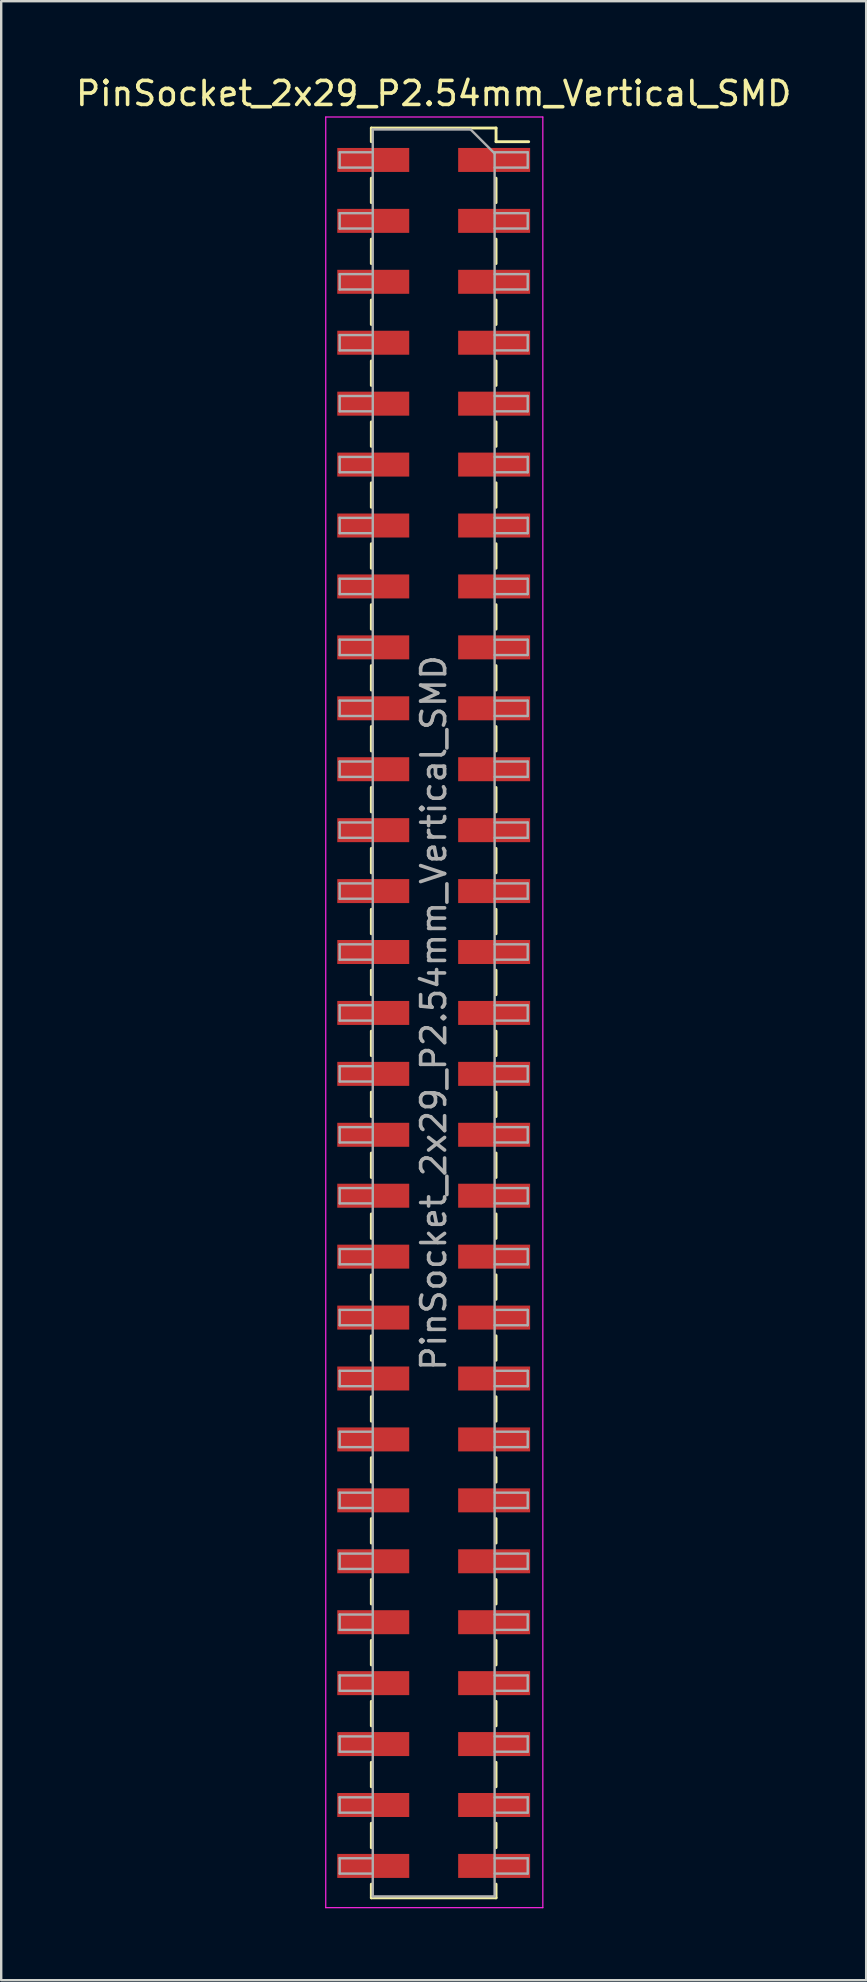
<source format=kicad_pcb>
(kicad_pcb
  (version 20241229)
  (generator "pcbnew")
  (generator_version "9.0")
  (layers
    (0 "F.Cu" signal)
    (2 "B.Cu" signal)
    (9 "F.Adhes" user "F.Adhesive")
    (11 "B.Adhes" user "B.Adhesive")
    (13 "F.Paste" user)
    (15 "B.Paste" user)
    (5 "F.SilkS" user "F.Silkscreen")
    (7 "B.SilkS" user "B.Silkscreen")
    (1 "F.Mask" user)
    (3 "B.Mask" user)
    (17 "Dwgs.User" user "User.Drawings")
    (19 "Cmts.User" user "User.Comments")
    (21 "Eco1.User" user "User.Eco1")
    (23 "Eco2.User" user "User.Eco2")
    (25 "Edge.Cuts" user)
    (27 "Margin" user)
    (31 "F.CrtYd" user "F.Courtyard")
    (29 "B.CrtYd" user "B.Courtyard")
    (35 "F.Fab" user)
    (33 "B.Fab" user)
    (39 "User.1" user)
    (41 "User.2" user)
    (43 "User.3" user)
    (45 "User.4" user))
  (footprint "PinSocket_2x29_P2.54mm_Vertical_SMD"
    (layer "F.Cu")
    (at 15.03 39.178)
    (property "Reference" "PinSocket_2x29_P2.54mm_Vertical_SMD" (at 0 -38.33 0) (layer "F.SilkS") (effects (font (size 1 1) (thickness 0.15))))
    (attr smd)
    (fp_line (start -2.6 -36.89) (end -2.6 -36.32) (stroke (width 0.12) (type solid)) (layer "F.SilkS"))
    (fp_line (start -2.6 -36.89) (end 2.6 -36.89) (stroke (width 0.12) (type solid)) (layer "F.SilkS"))
    (fp_line (start -2.6 -34.8) (end -2.6 -33.78) (stroke (width 0.12) (type solid)) (layer "F.SilkS"))
    (fp_line (start -2.6 -32.26) (end -2.6 -31.24) (stroke (width 0.12) (type solid)) (layer "F.SilkS"))
    (fp_line (start -2.6 -29.72) (end -2.6 -28.7) (stroke (width 0.12) (type solid)) (layer "F.SilkS"))
    (fp_line (start -2.6 -27.18) (end -2.6 -26.16) (stroke (width 0.12) (type solid)) (layer "F.SilkS"))
    (fp_line (start -2.6 -24.64) (end -2.6 -23.62) (stroke (width 0.12) (type solid)) (layer "F.SilkS"))
    (fp_line (start -2.6 -22.1) (end -2.6 -21.08) (stroke (width 0.12) (type solid)) (layer "F.SilkS"))
    (fp_line (start -2.6 -19.56) (end -2.6 -18.54) (stroke (width 0.12) (type solid)) (layer "F.SilkS"))
    (fp_line (start -2.6 -17.02) (end -2.6 -16) (stroke (width 0.12) (type solid)) (layer "F.SilkS"))
    (fp_line (start -2.6 -14.48) (end -2.6 -13.46) (stroke (width 0.12) (type solid)) (layer "F.SilkS"))
    (fp_line (start -2.6 -11.94) (end -2.6 -10.92) (stroke (width 0.12) (type solid)) (layer "F.SilkS"))
    (fp_line (start -2.6 -9.4) (end -2.6 -8.38) (stroke (width 0.12) (type solid)) (layer "F.SilkS"))
    (fp_line (start -2.6 -6.86) (end -2.6 -5.84) (stroke (width 0.12) (type solid)) (layer "F.SilkS"))
    (fp_line (start -2.6 -4.32) (end -2.6 -3.3) (stroke (width 0.12) (type solid)) (layer "F.SilkS"))
    (fp_line (start -2.6 -1.78) (end -2.6 -0.76) (stroke (width 0.12) (type solid)) (layer "F.SilkS"))
    (fp_line (start -2.6 0.76) (end -2.6 1.78) (stroke (width 0.12) (type solid)) (layer "F.SilkS"))
    (fp_line (start -2.6 3.3) (end -2.6 4.32) (stroke (width 0.12) (type solid)) (layer "F.SilkS"))
    (fp_line (start -2.6 5.84) (end -2.6 6.86) (stroke (width 0.12) (type solid)) (layer "F.SilkS"))
    (fp_line (start -2.6 8.38) (end -2.6 9.4) (stroke (width 0.12) (type solid)) (layer "F.SilkS"))
    (fp_line (start -2.6 10.92) (end -2.6 11.94) (stroke (width 0.12) (type solid)) (layer "F.SilkS"))
    (fp_line (start -2.6 13.46) (end -2.6 14.48) (stroke (width 0.12) (type solid)) (layer "F.SilkS"))
    (fp_line (start -2.6 16) (end -2.6 17.02) (stroke (width 0.12) (type solid)) (layer "F.SilkS"))
    (fp_line (start -2.6 18.54) (end -2.6 19.56) (stroke (width 0.12) (type solid)) (layer "F.SilkS"))
    (fp_line (start -2.6 21.08) (end -2.6 22.1) (stroke (width 0.12) (type solid)) (layer "F.SilkS"))
    (fp_line (start -2.6 23.62) (end -2.6 24.64) (stroke (width 0.12) (type solid)) (layer "F.SilkS"))
    (fp_line (start -2.6 26.16) (end -2.6 27.18) (stroke (width 0.12) (type solid)) (layer "F.SilkS"))
    (fp_line (start -2.6 28.7) (end -2.6 29.72) (stroke (width 0.12) (type solid)) (layer "F.SilkS"))
    (fp_line (start -2.6 31.24) (end -2.6 32.26) (stroke (width 0.12) (type solid)) (layer "F.SilkS"))
    (fp_line (start -2.6 33.78) (end -2.6 34.8) (stroke (width 0.12) (type solid)) (layer "F.SilkS"))
    (fp_line (start -2.6 36.32) (end -2.6 36.89) (stroke (width 0.12) (type solid)) (layer "F.SilkS"))
    (fp_line (start -2.6 36.89) (end 2.6 36.89) (stroke (width 0.12) (type solid)) (layer "F.SilkS"))
    (fp_line (start 2.6 -36.89) (end 2.6 -36.32) (stroke (width 0.12) (type solid)) (layer "F.SilkS"))
    (fp_line (start 2.6 -36.32) (end 3.96 -36.32) (stroke (width 0.12) (type solid)) (layer "F.SilkS"))
    (fp_line (start 2.6 -34.8) (end 2.6 -33.78) (stroke (width 0.12) (type solid)) (layer "F.SilkS"))
    (fp_line (start 2.6 -32.26) (end 2.6 -31.24) (stroke (width 0.12) (type solid)) (layer "F.SilkS"))
    (fp_line (start 2.6 -29.72) (end 2.6 -28.7) (stroke (width 0.12) (type solid)) (layer "F.SilkS"))
    (fp_line (start 2.6 -27.18) (end 2.6 -26.16) (stroke (width 0.12) (type solid)) (layer "F.SilkS"))
    (fp_line (start 2.6 -24.64) (end 2.6 -23.62) (stroke (width 0.12) (type solid)) (layer "F.SilkS"))
    (fp_line (start 2.6 -22.1) (end 2.6 -21.08) (stroke (width 0.12) (type solid)) (layer "F.SilkS"))
    (fp_line (start 2.6 -19.56) (end 2.6 -18.54) (stroke (width 0.12) (type solid)) (layer "F.SilkS"))
    (fp_line (start 2.6 -17.02) (end 2.6 -16) (stroke (width 0.12) (type solid)) (layer "F.SilkS"))
    (fp_line (start 2.6 -14.48) (end 2.6 -13.46) (stroke (width 0.12) (type solid)) (layer "F.SilkS"))
    (fp_line (start 2.6 -11.94) (end 2.6 -10.92) (stroke (width 0.12) (type solid)) (layer "F.SilkS"))
    (fp_line (start 2.6 -9.4) (end 2.6 -8.38) (stroke (width 0.12) (type solid)) (layer "F.SilkS"))
    (fp_line (start 2.6 -6.86) (end 2.6 -5.84) (stroke (width 0.12) (type solid)) (layer "F.SilkS"))
    (fp_line (start 2.6 -4.32) (end 2.6 -3.3) (stroke (width 0.12) (type solid)) (layer "F.SilkS"))
    (fp_line (start 2.6 -1.78) (end 2.6 -0.76) (stroke (width 0.12) (type solid)) (layer "F.SilkS"))
    (fp_line (start 2.6 0.76) (end 2.6 1.78) (stroke (width 0.12) (type solid)) (layer "F.SilkS"))
    (fp_line (start 2.6 3.3) (end 2.6 4.32) (stroke (width 0.12) (type solid)) (layer "F.SilkS"))
    (fp_line (start 2.6 5.84) (end 2.6 6.86) (stroke (width 0.12) (type solid)) (layer "F.SilkS"))
    (fp_line (start 2.6 8.38) (end 2.6 9.4) (stroke (width 0.12) (type solid)) (layer "F.SilkS"))
    (fp_line (start 2.6 10.92) (end 2.6 11.94) (stroke (width 0.12) (type solid)) (layer "F.SilkS"))
    (fp_line (start 2.6 13.46) (end 2.6 14.48) (stroke (width 0.12) (type solid)) (layer "F.SilkS"))
    (fp_line (start 2.6 16) (end 2.6 17.02) (stroke (width 0.12) (type solid)) (layer "F.SilkS"))
    (fp_line (start 2.6 18.54) (end 2.6 19.56) (stroke (width 0.12) (type solid)) (layer "F.SilkS"))
    (fp_line (start 2.6 21.08) (end 2.6 22.1) (stroke (width 0.12) (type solid)) (layer "F.SilkS"))
    (fp_line (start 2.6 23.62) (end 2.6 24.64) (stroke (width 0.12) (type solid)) (layer "F.SilkS"))
    (fp_line (start 2.6 26.16) (end 2.6 27.18) (stroke (width 0.12) (type solid)) (layer "F.SilkS"))
    (fp_line (start 2.6 28.7) (end 2.6 29.72) (stroke (width 0.12) (type solid)) (layer "F.SilkS"))
    (fp_line (start 2.6 31.24) (end 2.6 32.26) (stroke (width 0.12) (type solid)) (layer "F.SilkS"))
    (fp_line (start 2.6 33.78) (end 2.6 34.8) (stroke (width 0.12) (type solid)) (layer "F.SilkS"))
    (fp_line (start 2.6 36.32) (end 2.6 36.89) (stroke (width 0.12) (type solid)) (layer "F.SilkS"))
    (fp_line (start -4.5 -37.35) (end 4.55 -37.35) (stroke (width 0.05) (type solid)) (layer "F.CrtYd"))
    (fp_line (start -4.5 37.3) (end -4.5 -37.35) (stroke (width 0.05) (type solid)) (layer "F.CrtYd"))
    (fp_line (start 4.55 -37.35) (end 4.55 37.3) (stroke (width 0.05) (type solid)) (layer "F.CrtYd"))
    (fp_line (start 4.55 37.3) (end -4.5 37.3) (stroke (width 0.05) (type solid)) (layer "F.CrtYd"))
    (fp_line (start -3.92 -35.88) (end -2.54 -35.88) (stroke (width 0.1) (type solid)) (layer "F.Fab"))
    (fp_line (start -3.92 -35.24) (end -3.92 -35.88) (stroke (width 0.1) (type solid)) (layer "F.Fab"))
    (fp_line (start -3.92 -33.34) (end -2.54 -33.34) (stroke (width 0.1) (type solid)) (layer "F.Fab"))
    (fp_line (start -3.92 -32.7) (end -3.92 -33.34) (stroke (width 0.1) (type solid)) (layer "F.Fab"))
    (fp_line (start -3.92 -30.8) (end -2.54 -30.8) (stroke (width 0.1) (type solid)) (layer "F.Fab"))
    (fp_line (start -3.92 -30.16) (end -3.92 -30.8) (stroke (width 0.1) (type solid)) (layer "F.Fab"))
    (fp_line (start -3.92 -28.26) (end -2.54 -28.26) (stroke (width 0.1) (type solid)) (layer "F.Fab"))
    (fp_line (start -3.92 -27.62) (end -3.92 -28.26) (stroke (width 0.1) (type solid)) (layer "F.Fab"))
    (fp_line (start -3.92 -25.72) (end -2.54 -25.72) (stroke (width 0.1) (type solid)) (layer "F.Fab"))
    (fp_line (start -3.92 -25.08) (end -3.92 -25.72) (stroke (width 0.1) (type solid)) (layer "F.Fab"))
    (fp_line (start -3.92 -23.18) (end -2.54 -23.18) (stroke (width 0.1) (type solid)) (layer "F.Fab"))
    (fp_line (start -3.92 -22.54) (end -3.92 -23.18) (stroke (width 0.1) (type solid)) (layer "F.Fab"))
    (fp_line (start -3.92 -20.64) (end -2.54 -20.64) (stroke (width 0.1) (type solid)) (layer "F.Fab"))
    (fp_line (start -3.92 -20) (end -3.92 -20.64) (stroke (width 0.1) (type solid)) (layer "F.Fab"))
    (fp_line (start -3.92 -18.1) (end -2.54 -18.1) (stroke (width 0.1) (type solid)) (layer "F.Fab"))
    (fp_line (start -3.92 -17.46) (end -3.92 -18.1) (stroke (width 0.1) (type solid)) (layer "F.Fab"))
    (fp_line (start -3.92 -15.56) (end -2.54 -15.56) (stroke (width 0.1) (type solid)) (layer "F.Fab"))
    (fp_line (start -3.92 -14.92) (end -3.92 -15.56) (stroke (width 0.1) (type solid)) (layer "F.Fab"))
    (fp_line (start -3.92 -13.02) (end -2.54 -13.02) (stroke (width 0.1) (type solid)) (layer "F.Fab"))
    (fp_line (start -3.92 -12.38) (end -3.92 -13.02) (stroke (width 0.1) (type solid)) (layer "F.Fab"))
    (fp_line (start -3.92 -10.48) (end -2.54 -10.48) (stroke (width 0.1) (type solid)) (layer "F.Fab"))
    (fp_line (start -3.92 -9.84) (end -3.92 -10.48) (stroke (width 0.1) (type solid)) (layer "F.Fab"))
    (fp_line (start -3.92 -7.94) (end -2.54 -7.94) (stroke (width 0.1) (type solid)) (layer "F.Fab"))
    (fp_line (start -3.92 -7.3) (end -3.92 -7.94) (stroke (width 0.1) (type solid)) (layer "F.Fab"))
    (fp_line (start -3.92 -5.4) (end -2.54 -5.4) (stroke (width 0.1) (type solid)) (layer "F.Fab"))
    (fp_line (start -3.92 -4.76) (end -3.92 -5.4) (stroke (width 0.1) (type solid)) (layer "F.Fab"))
    (fp_line (start -3.92 -2.86) (end -2.54 -2.86) (stroke (width 0.1) (type solid)) (layer "F.Fab"))
    (fp_line (start -3.92 -2.22) (end -3.92 -2.86) (stroke (width 0.1) (type solid)) (layer "F.Fab"))
    (fp_line (start -3.92 -0.32) (end -2.54 -0.32) (stroke (width 0.1) (type solid)) (layer "F.Fab"))
    (fp_line (start -3.92 0.32) (end -3.92 -0.32) (stroke (width 0.1) (type solid)) (layer "F.Fab"))
    (fp_line (start -3.92 2.22) (end -2.54 2.22) (stroke (width 0.1) (type solid)) (layer "F.Fab"))
    (fp_line (start -3.92 2.86) (end -3.92 2.22) (stroke (width 0.1) (type solid)) (layer "F.Fab"))
    (fp_line (start -3.92 4.76) (end -2.54 4.76) (stroke (width 0.1) (type solid)) (layer "F.Fab"))
    (fp_line (start -3.92 5.4) (end -3.92 4.76) (stroke (width 0.1) (type solid)) (layer "F.Fab"))
    (fp_line (start -3.92 7.3) (end -2.54 7.3) (stroke (width 0.1) (type solid)) (layer "F.Fab"))
    (fp_line (start -3.92 7.94) (end -3.92 7.3) (stroke (width 0.1) (type solid)) (layer "F.Fab"))
    (fp_line (start -3.92 9.84) (end -2.54 9.84) (stroke (width 0.1) (type solid)) (layer "F.Fab"))
    (fp_line (start -3.92 10.48) (end -3.92 9.84) (stroke (width 0.1) (type solid)) (layer "F.Fab"))
    (fp_line (start -3.92 12.38) (end -2.54 12.38) (stroke (width 0.1) (type solid)) (layer "F.Fab"))
    (fp_line (start -3.92 13.02) (end -3.92 12.38) (stroke (width 0.1) (type solid)) (layer "F.Fab"))
    (fp_line (start -3.92 14.92) (end -2.54 14.92) (stroke (width 0.1) (type solid)) (layer "F.Fab"))
    (fp_line (start -3.92 15.56) (end -3.92 14.92) (stroke (width 0.1) (type solid)) (layer "F.Fab"))
    (fp_line (start -3.92 17.46) (end -2.54 17.46) (stroke (width 0.1) (type solid)) (layer "F.Fab"))
    (fp_line (start -3.92 18.1) (end -3.92 17.46) (stroke (width 0.1) (type solid)) (layer "F.Fab"))
    (fp_line (start -3.92 20) (end -2.54 20) (stroke (width 0.1) (type solid)) (layer "F.Fab"))
    (fp_line (start -3.92 20.64) (end -3.92 20) (stroke (width 0.1) (type solid)) (layer "F.Fab"))
    (fp_line (start -3.92 22.54) (end -2.54 22.54) (stroke (width 0.1) (type solid)) (layer "F.Fab"))
    (fp_line (start -3.92 23.18) (end -3.92 22.54) (stroke (width 0.1) (type solid)) (layer "F.Fab"))
    (fp_line (start -3.92 25.08) (end -2.54 25.08) (stroke (width 0.1) (type solid)) (layer "F.Fab"))
    (fp_line (start -3.92 25.72) (end -3.92 25.08) (stroke (width 0.1) (type solid)) (layer "F.Fab"))
    (fp_line (start -3.92 27.62) (end -2.54 27.62) (stroke (width 0.1) (type solid)) (layer "F.Fab"))
    (fp_line (start -3.92 28.26) (end -3.92 27.62) (stroke (width 0.1) (type solid)) (layer "F.Fab"))
    (fp_line (start -3.92 30.16) (end -2.54 30.16) (stroke (width 0.1) (type solid)) (layer "F.Fab"))
    (fp_line (start -3.92 30.8) (end -3.92 30.16) (stroke (width 0.1) (type solid)) (layer "F.Fab"))
    (fp_line (start -3.92 32.7) (end -2.54 32.7) (stroke (width 0.1) (type solid)) (layer "F.Fab"))
    (fp_line (start -3.92 33.34) (end -3.92 32.7) (stroke (width 0.1) (type solid)) (layer "F.Fab"))
    (fp_line (start -3.92 35.24) (end -2.54 35.24) (stroke (width 0.1) (type solid)) (layer "F.Fab"))
    (fp_line (start -3.92 35.88) (end -3.92 35.24) (stroke (width 0.1) (type solid)) (layer "F.Fab"))
    (fp_line (start -2.54 -36.83) (end 1.54 -36.83) (stroke (width 0.1) (type solid)) (layer "F.Fab"))
    (fp_line (start -2.54 -35.24) (end -3.92 -35.24) (stroke (width 0.1) (type solid)) (layer "F.Fab"))
    (fp_line (start -2.54 -32.7) (end -3.92 -32.7) (stroke (width 0.1) (type solid)) (layer "F.Fab"))
    (fp_line (start -2.54 -30.16) (end -3.92 -30.16) (stroke (width 0.1) (type solid)) (layer "F.Fab"))
    (fp_line (start -2.54 -27.62) (end -3.92 -27.62) (stroke (width 0.1) (type solid)) (layer "F.Fab"))
    (fp_line (start -2.54 -25.08) (end -3.92 -25.08) (stroke (width 0.1) (type solid)) (layer "F.Fab"))
    (fp_line (start -2.54 -22.54) (end -3.92 -22.54) (stroke (width 0.1) (type solid)) (layer "F.Fab"))
    (fp_line (start -2.54 -20) (end -3.92 -20) (stroke (width 0.1) (type solid)) (layer "F.Fab"))
    (fp_line (start -2.54 -17.46) (end -3.92 -17.46) (stroke (width 0.1) (type solid)) (layer "F.Fab"))
    (fp_line (start -2.54 -14.92) (end -3.92 -14.92) (stroke (width 0.1) (type solid)) (layer "F.Fab"))
    (fp_line (start -2.54 -12.38) (end -3.92 -12.38) (stroke (width 0.1) (type solid)) (layer "F.Fab"))
    (fp_line (start -2.54 -9.84) (end -3.92 -9.84) (stroke (width 0.1) (type solid)) (layer "F.Fab"))
    (fp_line (start -2.54 -7.3) (end -3.92 -7.3) (stroke (width 0.1) (type solid)) (layer "F.Fab"))
    (fp_line (start -2.54 -4.76) (end -3.92 -4.76) (stroke (width 0.1) (type solid)) (layer "F.Fab"))
    (fp_line (start -2.54 -2.22) (end -3.92 -2.22) (stroke (width 0.1) (type solid)) (layer "F.Fab"))
    (fp_line (start -2.54 0.32) (end -3.92 0.32) (stroke (width 0.1) (type solid)) (layer "F.Fab"))
    (fp_line (start -2.54 2.86) (end -3.92 2.86) (stroke (width 0.1) (type solid)) (layer "F.Fab"))
    (fp_line (start -2.54 5.4) (end -3.92 5.4) (stroke (width 0.1) (type solid)) (layer "F.Fab"))
    (fp_line (start -2.54 7.94) (end -3.92 7.94) (stroke (width 0.1) (type solid)) (layer "F.Fab"))
    (fp_line (start -2.54 10.48) (end -3.92 10.48) (stroke (width 0.1) (type solid)) (layer "F.Fab"))
    (fp_line (start -2.54 13.02) (end -3.92 13.02) (stroke (width 0.1) (type solid)) (layer "F.Fab"))
    (fp_line (start -2.54 15.56) (end -3.92 15.56) (stroke (width 0.1) (type solid)) (layer "F.Fab"))
    (fp_line (start -2.54 18.1) (end -3.92 18.1) (stroke (width 0.1) (type solid)) (layer "F.Fab"))
    (fp_line (start -2.54 20.64) (end -3.92 20.64) (stroke (width 0.1) (type solid)) (layer "F.Fab"))
    (fp_line (start -2.54 23.18) (end -3.92 23.18) (stroke (width 0.1) (type solid)) (layer "F.Fab"))
    (fp_line (start -2.54 25.72) (end -3.92 25.72) (stroke (width 0.1) (type solid)) (layer "F.Fab"))
    (fp_line (start -2.54 28.26) (end -3.92 28.26) (stroke (width 0.1) (type solid)) (layer "F.Fab"))
    (fp_line (start -2.54 30.8) (end -3.92 30.8) (stroke (width 0.1) (type solid)) (layer "F.Fab"))
    (fp_line (start -2.54 33.34) (end -3.92 33.34) (stroke (width 0.1) (type solid)) (layer "F.Fab"))
    (fp_line (start -2.54 35.88) (end -3.92 35.88) (stroke (width 0.1) (type solid)) (layer "F.Fab"))
    (fp_line (start -2.54 36.83) (end -2.54 -36.83) (stroke (width 0.1) (type solid)) (layer "F.Fab"))
    (fp_line (start 1.54 -36.83) (end 2.54 -35.83) (stroke (width 0.1) (type solid)) (layer "F.Fab"))
    (fp_line (start 2.54 -35.88) (end 3.92 -35.88) (stroke (width 0.1) (type solid)) (layer "F.Fab"))
    (fp_line (start 2.54 -35.83) (end 2.54 36.83) (stroke (width 0.1) (type solid)) (layer "F.Fab"))
    (fp_line (start 2.54 -33.34) (end 3.92 -33.34) (stroke (width 0.1) (type solid)) (layer "F.Fab"))
    (fp_line (start 2.54 -30.8) (end 3.92 -30.8) (stroke (width 0.1) (type solid)) (layer "F.Fab"))
    (fp_line (start 2.54 -28.26) (end 3.92 -28.26) (stroke (width 0.1) (type solid)) (layer "F.Fab"))
    (fp_line (start 2.54 -25.72) (end 3.92 -25.72) (stroke (width 0.1) (type solid)) (layer "F.Fab"))
    (fp_line (start 2.54 -23.18) (end 3.92 -23.18) (stroke (width 0.1) (type solid)) (layer "F.Fab"))
    (fp_line (start 2.54 -20.64) (end 3.92 -20.64) (stroke (width 0.1) (type solid)) (layer "F.Fab"))
    (fp_line (start 2.54 -18.1) (end 3.92 -18.1) (stroke (width 0.1) (type solid)) (layer "F.Fab"))
    (fp_line (start 2.54 -15.56) (end 3.92 -15.56) (stroke (width 0.1) (type solid)) (layer "F.Fab"))
    (fp_line (start 2.54 -13.02) (end 3.92 -13.02) (stroke (width 0.1) (type solid)) (layer "F.Fab"))
    (fp_line (start 2.54 -10.48) (end 3.92 -10.48) (stroke (width 0.1) (type solid)) (layer "F.Fab"))
    (fp_line (start 2.54 -7.94) (end 3.92 -7.94) (stroke (width 0.1) (type solid)) (layer "F.Fab"))
    (fp_line (start 2.54 -5.4) (end 3.92 -5.4) (stroke (width 0.1) (type solid)) (layer "F.Fab"))
    (fp_line (start 2.54 -2.86) (end 3.92 -2.86) (stroke (width 0.1) (type solid)) (layer "F.Fab"))
    (fp_line (start 2.54 -0.32) (end 3.92 -0.32) (stroke (width 0.1) (type solid)) (layer "F.Fab"))
    (fp_line (start 2.54 2.22) (end 3.92 2.22) (stroke (width 0.1) (type solid)) (layer "F.Fab"))
    (fp_line (start 2.54 4.76) (end 3.92 4.76) (stroke (width 0.1) (type solid)) (layer "F.Fab"))
    (fp_line (start 2.54 7.3) (end 3.92 7.3) (stroke (width 0.1) (type solid)) (layer "F.Fab"))
    (fp_line (start 2.54 9.84) (end 3.92 9.84) (stroke (width 0.1) (type solid)) (layer "F.Fab"))
    (fp_line (start 2.54 12.38) (end 3.92 12.38) (stroke (width 0.1) (type solid)) (layer "F.Fab"))
    (fp_line (start 2.54 14.92) (end 3.92 14.92) (stroke (width 0.1) (type solid)) (layer "F.Fab"))
    (fp_line (start 2.54 17.46) (end 3.92 17.46) (stroke (width 0.1) (type solid)) (layer "F.Fab"))
    (fp_line (start 2.54 20) (end 3.92 20) (stroke (width 0.1) (type solid)) (layer "F.Fab"))
    (fp_line (start 2.54 22.54) (end 3.92 22.54) (stroke (width 0.1) (type solid)) (layer "F.Fab"))
    (fp_line (start 2.54 25.08) (end 3.92 25.08) (stroke (width 0.1) (type solid)) (layer "F.Fab"))
    (fp_line (start 2.54 27.62) (end 3.92 27.62) (stroke (width 0.1) (type solid)) (layer "F.Fab"))
    (fp_line (start 2.54 30.16) (end 3.92 30.16) (stroke (width 0.1) (type solid)) (layer "F.Fab"))
    (fp_line (start 2.54 32.7) (end 3.92 32.7) (stroke (width 0.1) (type solid)) (layer "F.Fab"))
    (fp_line (start 2.54 35.24) (end 3.92 35.24) (stroke (width 0.1) (type solid)) (layer "F.Fab"))
    (fp_line (start 2.54 36.83) (end -2.54 36.83) (stroke (width 0.1) (type solid)) (layer "F.Fab"))
    (fp_line (start 3.92 -35.88) (end 3.92 -35.24) (stroke (width 0.1) (type solid)) (layer "F.Fab"))
    (fp_line (start 3.92 -35.24) (end 2.54 -35.24) (stroke (width 0.1) (type solid)) (layer "F.Fab"))
    (fp_line (start 3.92 -33.34) (end 3.92 -32.7) (stroke (width 0.1) (type solid)) (layer "F.Fab"))
    (fp_line (start 3.92 -32.7) (end 2.54 -32.7) (stroke (width 0.1) (type solid)) (layer "F.Fab"))
    (fp_line (start 3.92 -30.8) (end 3.92 -30.16) (stroke (width 0.1) (type solid)) (layer "F.Fab"))
    (fp_line (start 3.92 -30.16) (end 2.54 -30.16) (stroke (width 0.1) (type solid)) (layer "F.Fab"))
    (fp_line (start 3.92 -28.26) (end 3.92 -27.62) (stroke (width 0.1) (type solid)) (layer "F.Fab"))
    (fp_line (start 3.92 -27.62) (end 2.54 -27.62) (stroke (width 0.1) (type solid)) (layer "F.Fab"))
    (fp_line (start 3.92 -25.72) (end 3.92 -25.08) (stroke (width 0.1) (type solid)) (layer "F.Fab"))
    (fp_line (start 3.92 -25.08) (end 2.54 -25.08) (stroke (width 0.1) (type solid)) (layer "F.Fab"))
    (fp_line (start 3.92 -23.18) (end 3.92 -22.54) (stroke (width 0.1) (type solid)) (layer "F.Fab"))
    (fp_line (start 3.92 -22.54) (end 2.54 -22.54) (stroke (width 0.1) (type solid)) (layer "F.Fab"))
    (fp_line (start 3.92 -20.64) (end 3.92 -20) (stroke (width 0.1) (type solid)) (layer "F.Fab"))
    (fp_line (start 3.92 -20) (end 2.54 -20) (stroke (width 0.1) (type solid)) (layer "F.Fab"))
    (fp_line (start 3.92 -18.1) (end 3.92 -17.46) (stroke (width 0.1) (type solid)) (layer "F.Fab"))
    (fp_line (start 3.92 -17.46) (end 2.54 -17.46) (stroke (width 0.1) (type solid)) (layer "F.Fab"))
    (fp_line (start 3.92 -15.56) (end 3.92 -14.92) (stroke (width 0.1) (type solid)) (layer "F.Fab"))
    (fp_line (start 3.92 -14.92) (end 2.54 -14.92) (stroke (width 0.1) (type solid)) (layer "F.Fab"))
    (fp_line (start 3.92 -13.02) (end 3.92 -12.38) (stroke (width 0.1) (type solid)) (layer "F.Fab"))
    (fp_line (start 3.92 -12.38) (end 2.54 -12.38) (stroke (width 0.1) (type solid)) (layer "F.Fab"))
    (fp_line (start 3.92 -10.48) (end 3.92 -9.84) (stroke (width 0.1) (type solid)) (layer "F.Fab"))
    (fp_line (start 3.92 -9.84) (end 2.54 -9.84) (stroke (width 0.1) (type solid)) (layer "F.Fab"))
    (fp_line (start 3.92 -7.94) (end 3.92 -7.3) (stroke (width 0.1) (type solid)) (layer "F.Fab"))
    (fp_line (start 3.92 -7.3) (end 2.54 -7.3) (stroke (width 0.1) (type solid)) (layer "F.Fab"))
    (fp_line (start 3.92 -5.4) (end 3.92 -4.76) (stroke (width 0.1) (type solid)) (layer "F.Fab"))
    (fp_line (start 3.92 -4.76) (end 2.54 -4.76) (stroke (width 0.1) (type solid)) (layer "F.Fab"))
    (fp_line (start 3.92 -2.86) (end 3.92 -2.22) (stroke (width 0.1) (type solid)) (layer "F.Fab"))
    (fp_line (start 3.92 -2.22) (end 2.54 -2.22) (stroke (width 0.1) (type solid)) (layer "F.Fab"))
    (fp_line (start 3.92 -0.32) (end 3.92 0.32) (stroke (width 0.1) (type solid)) (layer "F.Fab"))
    (fp_line (start 3.92 0.32) (end 2.54 0.32) (stroke (width 0.1) (type solid)) (layer "F.Fab"))
    (fp_line (start 3.92 2.22) (end 3.92 2.86) (stroke (width 0.1) (type solid)) (layer "F.Fab"))
    (fp_line (start 3.92 2.86) (end 2.54 2.86) (stroke (width 0.1) (type solid)) (layer "F.Fab"))
    (fp_line (start 3.92 4.76) (end 3.92 5.4) (stroke (width 0.1) (type solid)) (layer "F.Fab"))
    (fp_line (start 3.92 5.4) (end 2.54 5.4) (stroke (width 0.1) (type solid)) (layer "F.Fab"))
    (fp_line (start 3.92 7.3) (end 3.92 7.94) (stroke (width 0.1) (type solid)) (layer "F.Fab"))
    (fp_line (start 3.92 7.94) (end 2.54 7.94) (stroke (width 0.1) (type solid)) (layer "F.Fab"))
    (fp_line (start 3.92 9.84) (end 3.92 10.48) (stroke (width 0.1) (type solid)) (layer "F.Fab"))
    (fp_line (start 3.92 10.48) (end 2.54 10.48) (stroke (width 0.1) (type solid)) (layer "F.Fab"))
    (fp_line (start 3.92 12.38) (end 3.92 13.02) (stroke (width 0.1) (type solid)) (layer "F.Fab"))
    (fp_line (start 3.92 13.02) (end 2.54 13.02) (stroke (width 0.1) (type solid)) (layer "F.Fab"))
    (fp_line (start 3.92 14.92) (end 3.92 15.56) (stroke (width 0.1) (type solid)) (layer "F.Fab"))
    (fp_line (start 3.92 15.56) (end 2.54 15.56) (stroke (width 0.1) (type solid)) (layer "F.Fab"))
    (fp_line (start 3.92 17.46) (end 3.92 18.1) (stroke (width 0.1) (type solid)) (layer "F.Fab"))
    (fp_line (start 3.92 18.1) (end 2.54 18.1) (stroke (width 0.1) (type solid)) (layer "F.Fab"))
    (fp_line (start 3.92 20) (end 3.92 20.64) (stroke (width 0.1) (type solid)) (layer "F.Fab"))
    (fp_line (start 3.92 20.64) (end 2.54 20.64) (stroke (width 0.1) (type solid)) (layer "F.Fab"))
    (fp_line (start 3.92 22.54) (end 3.92 23.18) (stroke (width 0.1) (type solid)) (layer "F.Fab"))
    (fp_line (start 3.92 23.18) (end 2.54 23.18) (stroke (width 0.1) (type solid)) (layer "F.Fab"))
    (fp_line (start 3.92 25.08) (end 3.92 25.72) (stroke (width 0.1) (type solid)) (layer "F.Fab"))
    (fp_line (start 3.92 25.72) (end 2.54 25.72) (stroke (width 0.1) (type solid)) (layer "F.Fab"))
    (fp_line (start 3.92 27.62) (end 3.92 28.26) (stroke (width 0.1) (type solid)) (layer "F.Fab"))
    (fp_line (start 3.92 28.26) (end 2.54 28.26) (stroke (width 0.1) (type solid)) (layer "F.Fab"))
    (fp_line (start 3.92 30.16) (end 3.92 30.8) (stroke (width 0.1) (type solid)) (layer "F.Fab"))
    (fp_line (start 3.92 30.8) (end 2.54 30.8) (stroke (width 0.1) (type solid)) (layer "F.Fab"))
    (fp_line (start 3.92 32.7) (end 3.92 33.34) (stroke (width 0.1) (type solid)) (layer "F.Fab"))
    (fp_line (start 3.92 33.34) (end 2.54 33.34) (stroke (width 0.1) (type solid)) (layer "F.Fab"))
    (fp_line (start 3.92 35.24) (end 3.92 35.88) (stroke (width 0.1) (type solid)) (layer "F.Fab"))
    (fp_line (start 3.92 35.88) (end 2.54 35.88) (stroke (width 0.1) (type solid)) (layer "F.Fab"))
    (fp_text user "${REFERENCE}" (at 0 0 90) (layer "F.Fab") (effects (font (size 1 1) (thickness 0.15))))
    (pad "1" smd rect (at 2.52 -35.56) (size 3 1) (layers "F.Cu" "F.Mask" "F.Paste"))
    (pad "2" smd rect (at -2.52 -35.56) (size 3 1) (layers "F.Cu" "F.Mask" "F.Paste"))
    (pad "3" smd rect (at 2.52 -33.02) (size 3 1) (layers "F.Cu" "F.Mask" "F.Paste"))
    (pad "4" smd rect (at -2.52 -33.02) (size 3 1) (layers "F.Cu" "F.Mask" "F.Paste"))
    (pad "5" smd rect (at 2.52 -30.48) (size 3 1) (layers "F.Cu" "F.Mask" "F.Paste"))
    (pad "6" smd rect (at -2.52 -30.48) (size 3 1) (layers "F.Cu" "F.Mask" "F.Paste"))
    (pad "7" smd rect (at 2.52 -27.94) (size 3 1) (layers "F.Cu" "F.Mask" "F.Paste"))
    (pad "8" smd rect (at -2.52 -27.94) (size 3 1) (layers "F.Cu" "F.Mask" "F.Paste"))
    (pad "9" smd rect (at 2.52 -25.4) (size 3 1) (layers "F.Cu" "F.Mask" "F.Paste"))
    (pad "10" smd rect (at -2.52 -25.4) (size 3 1) (layers "F.Cu" "F.Mask" "F.Paste"))
    (pad "11" smd rect (at 2.52 -22.86) (size 3 1) (layers "F.Cu" "F.Mask" "F.Paste"))
    (pad "12" smd rect (at -2.52 -22.86) (size 3 1) (layers "F.Cu" "F.Mask" "F.Paste"))
    (pad "13" smd rect (at 2.52 -20.32) (size 3 1) (layers "F.Cu" "F.Mask" "F.Paste"))
    (pad "14" smd rect (at -2.52 -20.32) (size 3 1) (layers "F.Cu" "F.Mask" "F.Paste"))
    (pad "15" smd rect (at 2.52 -17.78) (size 3 1) (layers "F.Cu" "F.Mask" "F.Paste"))
    (pad "16" smd rect (at -2.52 -17.78) (size 3 1) (layers "F.Cu" "F.Mask" "F.Paste"))
    (pad "17" smd rect (at 2.52 -15.24) (size 3 1) (layers "F.Cu" "F.Mask" "F.Paste"))
    (pad "18" smd rect (at -2.52 -15.24) (size 3 1) (layers "F.Cu" "F.Mask" "F.Paste"))
    (pad "19" smd rect (at 2.52 -12.7) (size 3 1) (layers "F.Cu" "F.Mask" "F.Paste"))
    (pad "20" smd rect (at -2.52 -12.7) (size 3 1) (layers "F.Cu" "F.Mask" "F.Paste"))
    (pad "21" smd rect (at 2.52 -10.16) (size 3 1) (layers "F.Cu" "F.Mask" "F.Paste"))
    (pad "22" smd rect (at -2.52 -10.16) (size 3 1) (layers "F.Cu" "F.Mask" "F.Paste"))
    (pad "23" smd rect (at 2.52 -7.62) (size 3 1) (layers "F.Cu" "F.Mask" "F.Paste"))
    (pad "24" smd rect (at -2.52 -7.62) (size 3 1) (layers "F.Cu" "F.Mask" "F.Paste"))
    (pad "25" smd rect (at 2.52 -5.08) (size 3 1) (layers "F.Cu" "F.Mask" "F.Paste"))
    (pad "26" smd rect (at -2.52 -5.08) (size 3 1) (layers "F.Cu" "F.Mask" "F.Paste"))
    (pad "27" smd rect (at 2.52 -2.54) (size 3 1) (layers "F.Cu" "F.Mask" "F.Paste"))
    (pad "28" smd rect (at -2.52 -2.54) (size 3 1) (layers "F.Cu" "F.Mask" "F.Paste"))
    (pad "29" smd rect (at 2.52 0) (size 3 1) (layers "F.Cu" "F.Mask" "F.Paste"))
    (pad "30" smd rect (at -2.52 0) (size 3 1) (layers "F.Cu" "F.Mask" "F.Paste"))
    (pad "31" smd rect (at 2.52 2.54) (size 3 1) (layers "F.Cu" "F.Mask" "F.Paste"))
    (pad "32" smd rect (at -2.52 2.54) (size 3 1) (layers "F.Cu" "F.Mask" "F.Paste"))
    (pad "33" smd rect (at 2.52 5.08) (size 3 1) (layers "F.Cu" "F.Mask" "F.Paste"))
    (pad "34" smd rect (at -2.52 5.08) (size 3 1) (layers "F.Cu" "F.Mask" "F.Paste"))
    (pad "35" smd rect (at 2.52 7.62) (size 3 1) (layers "F.Cu" "F.Mask" "F.Paste"))
    (pad "36" smd rect (at -2.52 7.62) (size 3 1) (layers "F.Cu" "F.Mask" "F.Paste"))
    (pad "37" smd rect (at 2.52 10.16) (size 3 1) (layers "F.Cu" "F.Mask" "F.Paste"))
    (pad "38" smd rect (at -2.52 10.16) (size 3 1) (layers "F.Cu" "F.Mask" "F.Paste"))
    (pad "39" smd rect (at 2.52 12.7) (size 3 1) (layers "F.Cu" "F.Mask" "F.Paste"))
    (pad "40" smd rect (at -2.52 12.7) (size 3 1) (layers "F.Cu" "F.Mask" "F.Paste"))
    (pad "41" smd rect (at 2.52 15.24) (size 3 1) (layers "F.Cu" "F.Mask" "F.Paste"))
    (pad "42" smd rect (at -2.52 15.24) (size 3 1) (layers "F.Cu" "F.Mask" "F.Paste"))
    (pad "43" smd rect (at 2.52 17.78) (size 3 1) (layers "F.Cu" "F.Mask" "F.Paste"))
    (pad "44" smd rect (at -2.52 17.78) (size 3 1) (layers "F.Cu" "F.Mask" "F.Paste"))
    (pad "45" smd rect (at 2.52 20.32) (size 3 1) (layers "F.Cu" "F.Mask" "F.Paste"))
    (pad "46" smd rect (at -2.52 20.32) (size 3 1) (layers "F.Cu" "F.Mask" "F.Paste"))
    (pad "47" smd rect (at 2.52 22.86) (size 3 1) (layers "F.Cu" "F.Mask" "F.Paste"))
    (pad "48" smd rect (at -2.52 22.86) (size 3 1) (layers "F.Cu" "F.Mask" "F.Paste"))
    (pad "49" smd rect (at 2.52 25.4) (size 3 1) (layers "F.Cu" "F.Mask" "F.Paste"))
    (pad "50" smd rect (at -2.52 25.4) (size 3 1) (layers "F.Cu" "F.Mask" "F.Paste"))
    (pad "51" smd rect (at 2.52 27.94) (size 3 1) (layers "F.Cu" "F.Mask" "F.Paste"))
    (pad "52" smd rect (at -2.52 27.94) (size 3 1) (layers "F.Cu" "F.Mask" "F.Paste"))
    (pad "53" smd rect (at 2.52 30.48) (size 3 1) (layers "F.Cu" "F.Mask" "F.Paste"))
    (pad "54" smd rect (at -2.52 30.48) (size 3 1) (layers "F.Cu" "F.Mask" "F.Paste"))
    (pad "55" smd rect (at 2.52 33.02) (size 3 1) (layers "F.Cu" "F.Mask" "F.Paste"))
    (pad "56" smd rect (at -2.52 33.02) (size 3 1) (layers "F.Cu" "F.Mask" "F.Paste"))
    (pad "57" smd rect (at 2.52 35.56) (size 3 1) (layers "F.Cu" "F.Mask" "F.Paste"))
    (pad "58" smd rect (at -2.52 35.56) (size 3 1) (layers "F.Cu" "F.Mask" "F.Paste")))
  (gr_rect
    (start -3 -3)
    (end 33.06 79.503)
    (stroke (width 0.1) (type default))
    (fill no)
    (layer "Edge.Cuts")))
</source>
